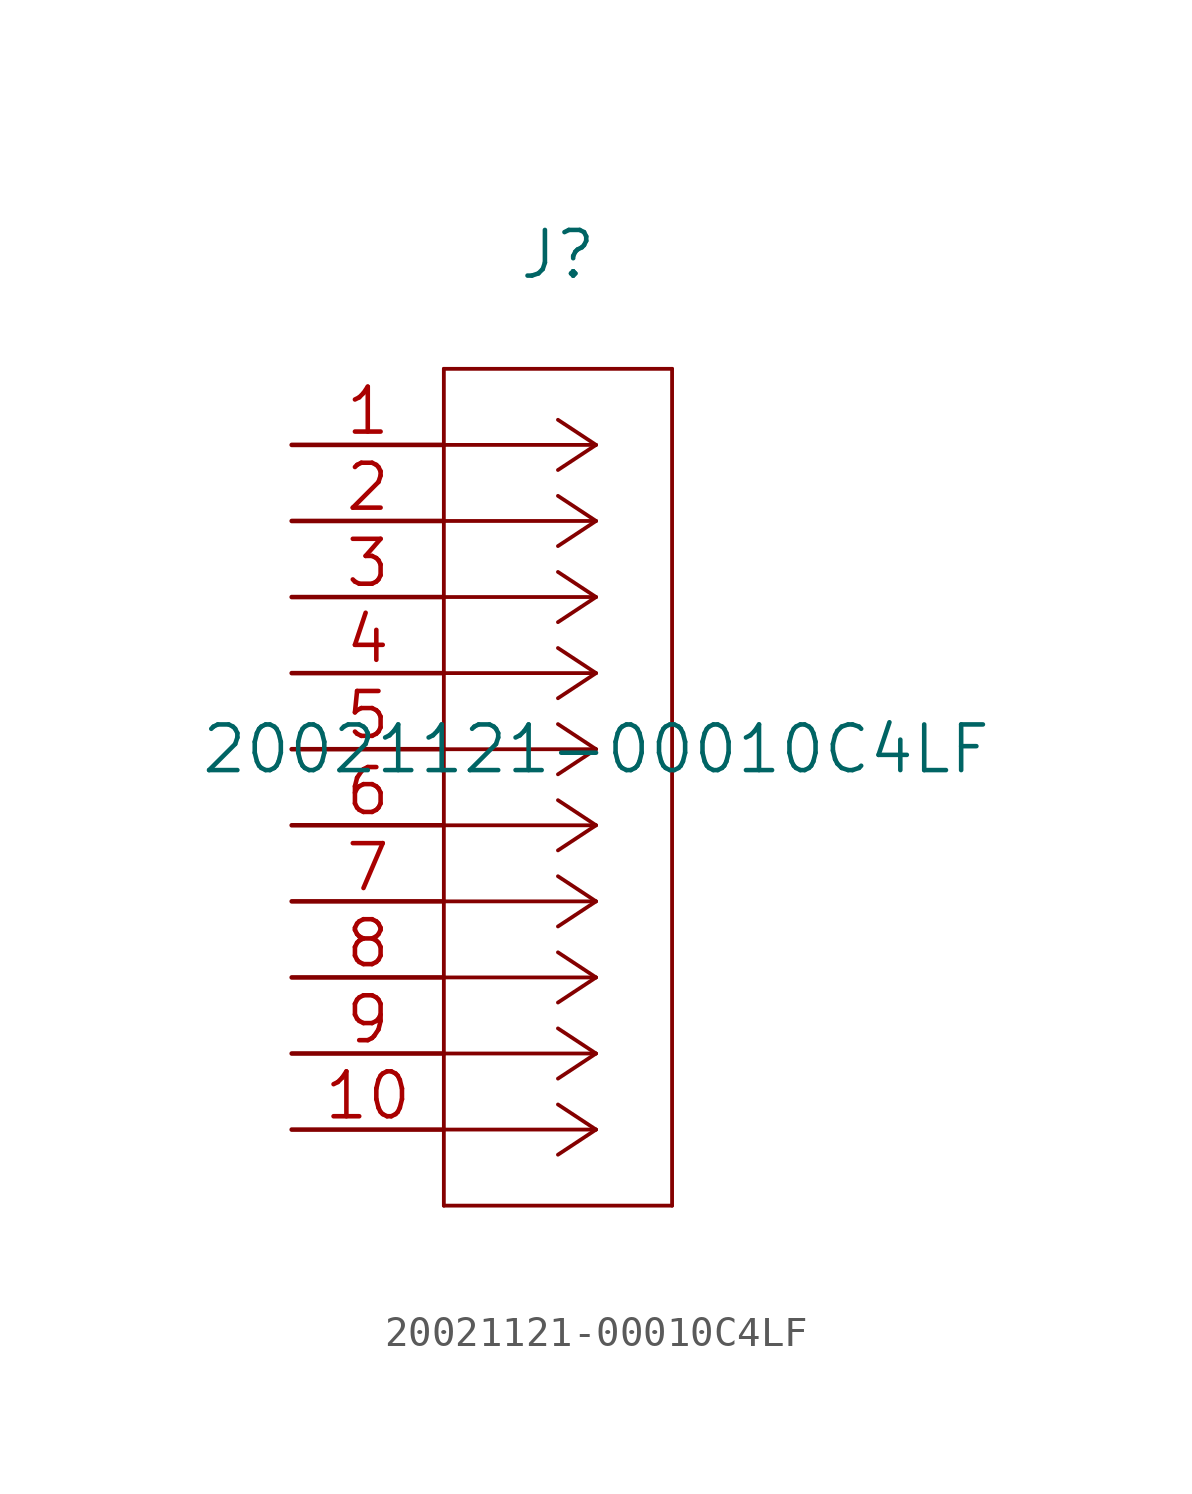
<source format=kicad_sym>
(kicad_symbol_lib
  (version 20220914)
  (generator kicad_symbol_editor)
  (symbol "20021121-00010C4LF"
    (pin_names
      (offset 0.254) hide)
    (property "Reference" "J"
      (at 8.89 6.35 0)
      (effects (font (size 1.524 1.524))))
    (property "Value" "20021121-00010C4LF"
      (at 10.16 -10.16 0)
      (effects (font (size 1.524 1.524))))
    (property "Datasheet" ""
      (at 0 0 0)
      (effects (font (size 1.524 1.524))))
    (property "ki_locked" ""
      (at 0 0 0)
      (effects (font (size 1.27 1.27))))
    (symbol "20021121-00010C4LF_1_1"
      (polyline (pts (xy 5.08 -25.4) (xy 12.7 -25.4)) (stroke (width 0.127) (type solid)) (fill (type none)))
      (polyline (pts (xy 5.08 2.54) (xy 5.08 -25.4)) (stroke (width 0.127) (type solid)) (fill (type none)))
      (polyline (pts (xy 10.16 -22.86) (xy 5.08 -22.86)) (stroke (width 0.127) (type solid)) (fill (type none)))
      (polyline (pts (xy 10.16 -22.86) (xy 8.89 -23.698)) (stroke (width 0.127) (type solid)) (fill (type none)))
      (polyline (pts (xy 10.16 -22.86) (xy 8.89 -22.022)) (stroke (width 0.127) (type solid)) (fill (type none)))
      (polyline (pts (xy 10.16 -20.32) (xy 5.08 -20.32)) (stroke (width 0.127) (type solid)) (fill (type none)))
      (polyline (pts (xy 10.16 -20.32) (xy 8.89 -21.158)) (stroke (width 0.127) (type solid)) (fill (type none)))
      (polyline (pts (xy 10.16 -20.32) (xy 8.89 -19.482)) (stroke (width 0.127) (type solid)) (fill (type none)))
      (polyline (pts (xy 10.16 -17.78) (xy 5.08 -17.78)) (stroke (width 0.127) (type solid)) (fill (type none)))
      (polyline (pts (xy 10.16 -17.78) (xy 8.89 -18.618)) (stroke (width 0.127) (type solid)) (fill (type none)))
      (polyline (pts (xy 10.16 -17.78) (xy 8.89 -16.942)) (stroke (width 0.127) (type solid)) (fill (type none)))
      (polyline (pts (xy 10.16 -15.24) (xy 5.08 -15.24)) (stroke (width 0.127) (type solid)) (fill (type none)))
      (polyline (pts (xy 10.16 -15.24) (xy 8.89 -16.078)) (stroke (width 0.127) (type solid)) (fill (type none)))
      (polyline (pts (xy 10.16 -15.24) (xy 8.89 -14.402)) (stroke (width 0.127) (type solid)) (fill (type none)))
      (polyline (pts (xy 10.16 -12.7) (xy 5.08 -12.7)) (stroke (width 0.127) (type solid)) (fill (type none)))
      (polyline (pts (xy 10.16 -12.7) (xy 8.89 -13.538)) (stroke (width 0.127) (type solid)) (fill (type none)))
      (polyline (pts (xy 10.16 -12.7) (xy 8.89 -11.862)) (stroke (width 0.127) (type solid)) (fill (type none)))
      (polyline (pts (xy 10.16 -10.16) (xy 5.08 -10.16)) (stroke (width 0.127) (type solid)) (fill (type none)))
      (polyline (pts (xy 10.16 -10.16) (xy 8.89 -10.998)) (stroke (width 0.127) (type solid)) (fill (type none)))
      (polyline (pts (xy 10.16 -10.16) (xy 8.89 -9.322)) (stroke (width 0.127) (type solid)) (fill (type none)))
      (polyline (pts (xy 10.16 -7.62) (xy 5.08 -7.62)) (stroke (width 0.127) (type solid)) (fill (type none)))
      (polyline (pts (xy 10.16 -7.62) (xy 8.89 -8.458)) (stroke (width 0.127) (type solid)) (fill (type none)))
      (polyline (pts (xy 10.16 -7.62) (xy 8.89 -6.782)) (stroke (width 0.127) (type solid)) (fill (type none)))
      (polyline (pts (xy 10.16 -5.08) (xy 5.08 -5.08)) (stroke (width 0.127) (type solid)) (fill (type none)))
      (polyline (pts (xy 10.16 -5.08) (xy 8.89 -5.918)) (stroke (width 0.127) (type solid)) (fill (type none)))
      (polyline (pts (xy 10.16 -5.08) (xy 8.89 -4.242)) (stroke (width 0.127) (type solid)) (fill (type none)))
      (polyline (pts (xy 10.16 -2.54) (xy 5.08 -2.54)) (stroke (width 0.127) (type solid)) (fill (type none)))
      (polyline (pts (xy 10.16 -2.54) (xy 8.89 -3.378)) (stroke (width 0.127) (type solid)) (fill (type none)))
      (polyline (pts (xy 10.16 -2.54) (xy 8.89 -1.702)) (stroke (width 0.127) (type solid)) (fill (type none)))
      (polyline (pts (xy 10.16 0) (xy 5.08 0)) (stroke (width 0.127) (type solid)) (fill (type none)))
      (polyline (pts (xy 10.16 0) (xy 8.89 -0.838)) (stroke (width 0.127) (type solid)) (fill (type none)))
      (polyline (pts (xy 10.16 0) (xy 8.89 0.838)) (stroke (width 0.127) (type solid)) (fill (type none)))
      (polyline (pts (xy 12.7 -25.4) (xy 12.7 2.54)) (stroke (width 0.127) (type solid)) (fill (type none)))
      (polyline (pts (xy 12.7 2.54) (xy 5.08 2.54)) (stroke (width 0.127) (type solid)) (fill (type none)))
      (pin unspecified line (at 0 0 0) (length 5.08) (name "1" (effects (font (size 1.499 1.499)))) (number "1" (effects (font (size 1.499 1.499)))))
      (pin unspecified line (at 0 -22.86 0) (length 5.08) (name "10" (effects (font (size 1.499 1.499)))) (number "10" (effects (font (size 1.499 1.499)))))
      (pin unspecified line (at 0 -2.54 0) (length 5.08) (name "2" (effects (font (size 1.499 1.499)))) (number "2" (effects (font (size 1.499 1.499)))))
      (pin unspecified line (at 0 -5.08 0) (length 5.08) (name "3" (effects (font (size 1.499 1.499)))) (number "3" (effects (font (size 1.499 1.499)))))
      (pin unspecified line (at 0 -7.62 0) (length 5.08) (name "4" (effects (font (size 1.499 1.499)))) (number "4" (effects (font (size 1.499 1.499)))))
      (pin unspecified line (at 0 -10.16 0) (length 5.08) (name "5" (effects (font (size 1.499 1.499)))) (number "5" (effects (font (size 1.499 1.499)))))
      (pin unspecified line (at 0 -12.7 0) (length 5.08) (name "6" (effects (font (size 1.499 1.499)))) (number "6" (effects (font (size 1.499 1.499)))))
      (pin unspecified line (at 0 -15.24 0) (length 5.08) (name "7" (effects (font (size 1.499 1.499)))) (number "7" (effects (font (size 1.499 1.499)))))
      (pin unspecified line (at 0 -17.78 0) (length 5.08) (name "8" (effects (font (size 1.499 1.499)))) (number "8" (effects (font (size 1.499 1.499)))))
      (pin unspecified line (at 0 -20.32 0) (length 5.08) (name "9" (effects (font (size 1.499 1.499)))) (number "9" (effects (font (size 1.499 1.499))))))))
</source>
